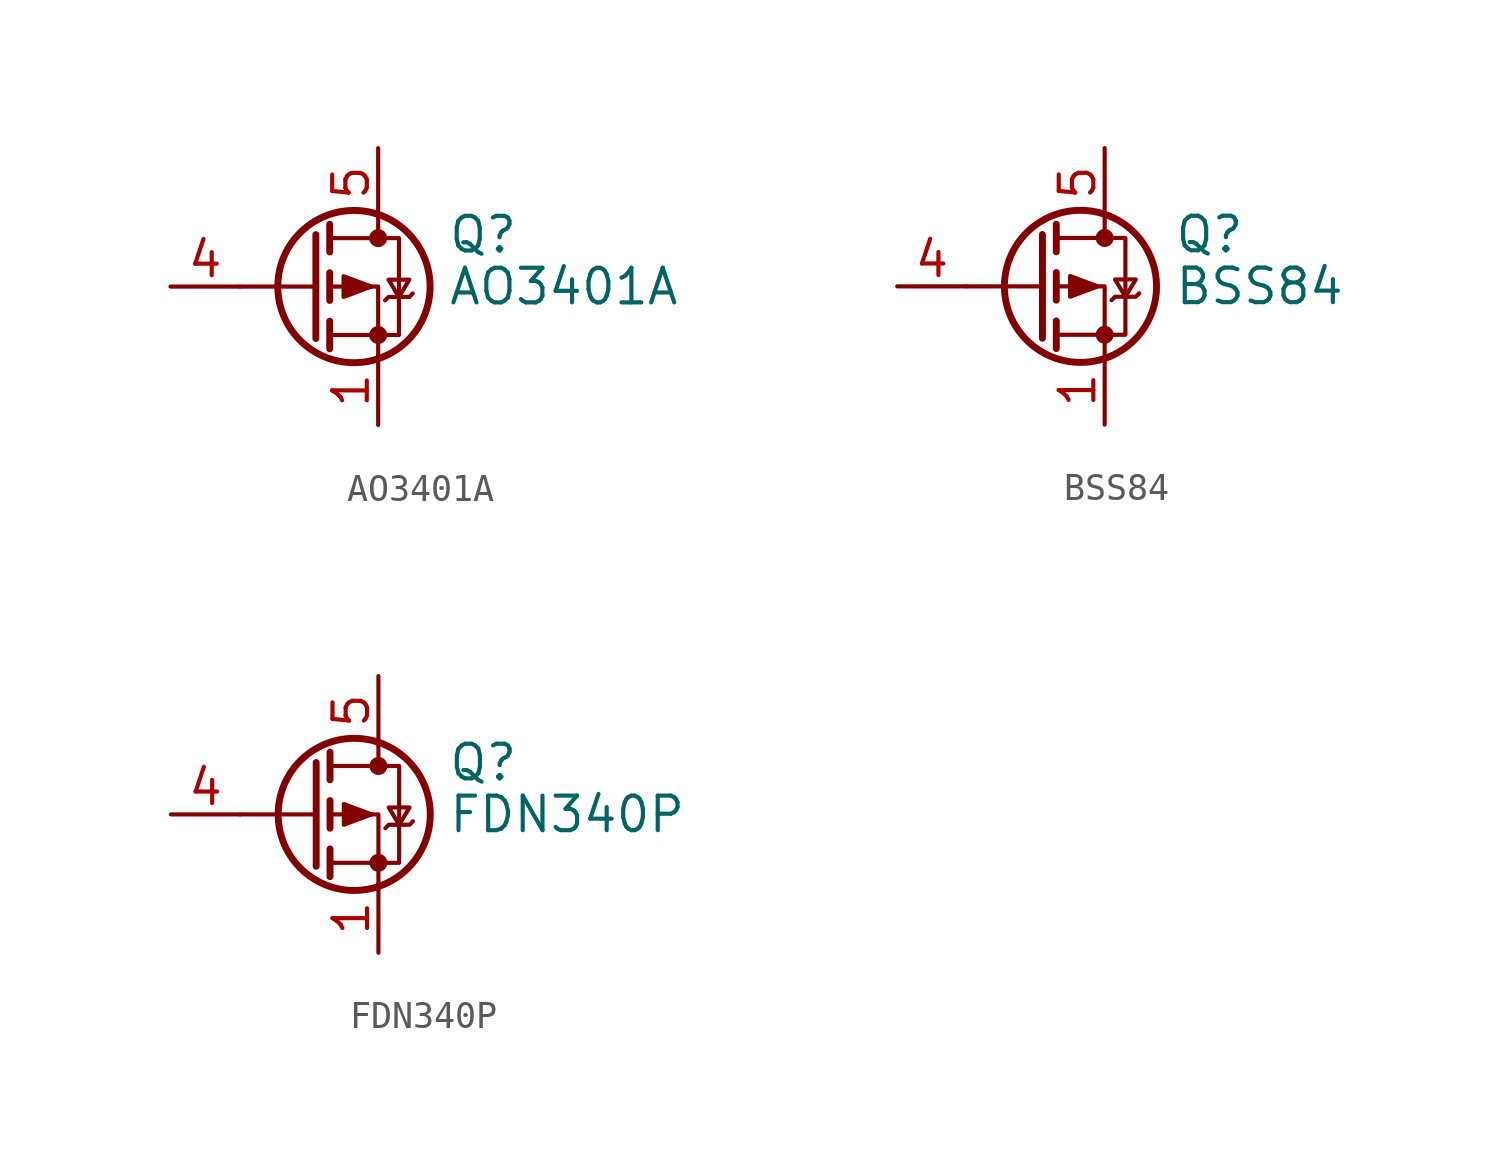
<source format=kicad_sym>
(kicad_symbol_lib
  (version 20211014)
  (generator kicad_symbol_editor)
  (symbol "AO3401A"
    (pin_names hide)
    (property "Reference" "Q"
      (at 5.08 1.905 0)
      (effects (font (size 1.27 1.27)) (justify left)))
    (property "Value" "AO3401A"
      (at 5.08 0 0)
      (effects (font (size 1.27 1.27)) (justify left)))
    (symbol "AO3401A_0_1"
      (polyline (pts (xy 0.254 0) (xy -2.54 0)) (stroke (width 0) (type default) (color 0 0 0 0)) (fill (type none)))
      (polyline (pts (xy 0.254 1.905) (xy 0.254 -1.905)) (stroke (width 0.254) (type default) (color 0 0 0 0)) (fill (type none)))
      (polyline (pts (xy 0.762 -1.27) (xy 0.762 -2.286)) (stroke (width 0.254) (type default) (color 0 0 0 0)) (fill (type none)))
      (polyline (pts (xy 0.762 0.508) (xy 0.762 -0.508)) (stroke (width 0.254) (type default) (color 0 0 0 0)) (fill (type none)))
      (polyline (pts (xy 0.762 2.286) (xy 0.762 1.27)) (stroke (width 0.254) (type default) (color 0 0 0 0)) (fill (type none)))
      (polyline (pts (xy 2.54 2.54) (xy 2.54 1.778)) (stroke (width 0) (type default) (color 0 0 0 0)) (fill (type none)))
      (polyline (pts (xy 2.54 -2.54) (xy 2.54 0) (xy 0.762 0)) (stroke (width 0) (type default) (color 0 0 0 0)) (fill (type none)))
      (polyline (pts (xy 0.762 1.778) (xy 3.302 1.778) (xy 3.302 -1.778) (xy 0.762 -1.778)) (stroke (width 0) (type default) (color 0 0 0 0)) (fill (type none)))
      (polyline (pts (xy 2.286 0) (xy 1.27 0.381) (xy 1.27 -0.381) (xy 2.286 0)) (stroke (width 0) (type default) (color 0 0 0 0)) (fill (type outline)))
      (polyline (pts (xy 2.794 -0.508) (xy 2.921 -0.381) (xy 3.683 -0.381) (xy 3.81 -0.254)) (stroke (width 0) (type default) (color 0 0 0 0)) (fill (type none)))
      (polyline (pts (xy 3.302 -0.381) (xy 2.921 0.254) (xy 3.683 0.254) (xy 3.302 -0.381)) (stroke (width 0) (type default) (color 0 0 0 0)) (fill (type none)))
      (circle (center 1.651 0) (radius 2.794) (stroke (width 0.254) (type default) (color 0 0 0 0)) (fill (type none)))
      (circle (center 2.54 -1.778) (radius 0.254) (stroke (width 0) (type default) (color 0 0 0 0)) (fill (type outline)))
      (circle (center 2.54 1.778) (radius 0.254) (stroke (width 0) (type default) (color 0 0 0 0)) (fill (type outline))))
    (symbol "AO3401A_1_1"
      (pin passive line (at 2.54 -5.08 90) (length 2.54) (name "S" (effects (font (size 1.27 1.27)))) (number "1" (effects (font (size 1.27 1.27)))))
      (pin passive line (at 2.54 -5.08 90) (length 2.54) hide (name "S" (effects (font (size 1.27 1.27)))) (number "2" (effects (font (size 1.27 1.27)))))
      (pin passive line (at 2.54 -5.08 90) (length 2.54) hide (name "S" (effects (font (size 1.27 1.27)))) (number "3" (effects (font (size 1.27 1.27)))))
      (pin input line (at -5.08 0 0) (length 2.54) (name "G" (effects (font (size 1.27 1.27)))) (number "4" (effects (font (size 1.27 1.27)))))
      (pin passive line (at 2.54 5.08 270) (length 2.54) (name "D" (effects (font (size 1.27 1.27)))) (number "5" (effects (font (size 1.27 1.27)))))
      (pin passive line (at 2.54 5.08 270) (length 2.54) hide (name "D" (effects (font (size 1.27 1.27)))) (number "6" (effects (font (size 1.27 1.27)))))
      (pin passive line (at 2.54 5.08 270) (length 2.54) hide (name "D" (effects (font (size 1.27 1.27)))) (number "7" (effects (font (size 1.27 1.27)))))
      (pin passive line (at 2.54 5.08 270) (length 2.54) hide (name "D" (effects (font (size 1.27 1.27)))) (number "8" (effects (font (size 1.27 1.27)))))))
  (symbol "BSS84"
    (pin_names hide)
    (property "Reference" "Q"
      (at 5.08 1.905 0)
      (effects (font (size 1.27 1.27)) (justify left)))
    (property "Value" "BSS84"
      (at 5.08 0 0)
      (effects (font (size 1.27 1.27)) (justify left)))
    (symbol "BSS84_0_1"
      (polyline (pts (xy 0.254 0) (xy -2.54 0)) (stroke (width 0) (type default) (color 0 0 0 0)) (fill (type none)))
      (polyline (pts (xy 0.254 1.905) (xy 0.254 -1.905)) (stroke (width 0.254) (type default) (color 0 0 0 0)) (fill (type none)))
      (polyline (pts (xy 0.762 -1.27) (xy 0.762 -2.286)) (stroke (width 0.254) (type default) (color 0 0 0 0)) (fill (type none)))
      (polyline (pts (xy 0.762 0.508) (xy 0.762 -0.508)) (stroke (width 0.254) (type default) (color 0 0 0 0)) (fill (type none)))
      (polyline (pts (xy 0.762 2.286) (xy 0.762 1.27)) (stroke (width 0.254) (type default) (color 0 0 0 0)) (fill (type none)))
      (polyline (pts (xy 2.54 2.54) (xy 2.54 1.778)) (stroke (width 0) (type default) (color 0 0 0 0)) (fill (type none)))
      (polyline (pts (xy 2.54 -2.54) (xy 2.54 0) (xy 0.762 0)) (stroke (width 0) (type default) (color 0 0 0 0)) (fill (type none)))
      (polyline (pts (xy 0.762 1.778) (xy 3.302 1.778) (xy 3.302 -1.778) (xy 0.762 -1.778)) (stroke (width 0) (type default) (color 0 0 0 0)) (fill (type none)))
      (polyline (pts (xy 2.286 0) (xy 1.27 0.381) (xy 1.27 -0.381) (xy 2.286 0)) (stroke (width 0) (type default) (color 0 0 0 0)) (fill (type outline)))
      (polyline (pts (xy 2.794 -0.508) (xy 2.921 -0.381) (xy 3.683 -0.381) (xy 3.81 -0.254)) (stroke (width 0) (type default) (color 0 0 0 0)) (fill (type none)))
      (polyline (pts (xy 3.302 -0.381) (xy 2.921 0.254) (xy 3.683 0.254) (xy 3.302 -0.381)) (stroke (width 0) (type default) (color 0 0 0 0)) (fill (type none)))
      (circle (center 1.651 0) (radius 2.794) (stroke (width 0.254) (type default) (color 0 0 0 0)) (fill (type none)))
      (circle (center 2.54 -1.778) (radius 0.254) (stroke (width 0) (type default) (color 0 0 0 0)) (fill (type outline)))
      (circle (center 2.54 1.778) (radius 0.254) (stroke (width 0) (type default) (color 0 0 0 0)) (fill (type outline))))
    (symbol "BSS84_1_1"
      (pin passive line (at 2.54 -5.08 90) (length 2.54) (name "S" (effects (font (size 1.27 1.27)))) (number "1" (effects (font (size 1.27 1.27)))))
      (pin passive line (at 2.54 -5.08 90) (length 2.54) hide (name "S" (effects (font (size 1.27 1.27)))) (number "2" (effects (font (size 1.27 1.27)))))
      (pin passive line (at 2.54 -5.08 90) (length 2.54) hide (name "S" (effects (font (size 1.27 1.27)))) (number "3" (effects (font (size 1.27 1.27)))))
      (pin input line (at -5.08 0 0) (length 2.54) (name "G" (effects (font (size 1.27 1.27)))) (number "4" (effects (font (size 1.27 1.27)))))
      (pin passive line (at 2.54 5.08 270) (length 2.54) (name "D" (effects (font (size 1.27 1.27)))) (number "5" (effects (font (size 1.27 1.27)))))
      (pin passive line (at 2.54 5.08 270) (length 2.54) hide (name "D" (effects (font (size 1.27 1.27)))) (number "6" (effects (font (size 1.27 1.27)))))
      (pin passive line (at 2.54 5.08 270) (length 2.54) hide (name "D" (effects (font (size 1.27 1.27)))) (number "7" (effects (font (size 1.27 1.27)))))
      (pin passive line (at 2.54 5.08 270) (length 2.54) hide (name "D" (effects (font (size 1.27 1.27)))) (number "8" (effects (font (size 1.27 1.27)))))))
  (symbol "FDN340P"
    (pin_names hide)
    (property "Reference" "Q"
      (at 5.08 1.905 0)
      (effects (font (size 1.27 1.27)) (justify left)))
    (property "Value" "FDN340P"
      (at 5.08 0 0)
      (effects (font (size 1.27 1.27)) (justify left)))
    (symbol "FDN340P_0_1"
      (polyline (pts (xy 0.254 0) (xy -2.54 0)) (stroke (width 0) (type default) (color 0 0 0 0)) (fill (type none)))
      (polyline (pts (xy 0.254 1.905) (xy 0.254 -1.905)) (stroke (width 0.254) (type default) (color 0 0 0 0)) (fill (type none)))
      (polyline (pts (xy 0.762 -1.27) (xy 0.762 -2.286)) (stroke (width 0.254) (type default) (color 0 0 0 0)) (fill (type none)))
      (polyline (pts (xy 0.762 0.508) (xy 0.762 -0.508)) (stroke (width 0.254) (type default) (color 0 0 0 0)) (fill (type none)))
      (polyline (pts (xy 0.762 2.286) (xy 0.762 1.27)) (stroke (width 0.254) (type default) (color 0 0 0 0)) (fill (type none)))
      (polyline (pts (xy 2.54 2.54) (xy 2.54 1.778)) (stroke (width 0) (type default) (color 0 0 0 0)) (fill (type none)))
      (polyline (pts (xy 2.54 -2.54) (xy 2.54 0) (xy 0.762 0)) (stroke (width 0) (type default) (color 0 0 0 0)) (fill (type none)))
      (polyline (pts (xy 0.762 1.778) (xy 3.302 1.778) (xy 3.302 -1.778) (xy 0.762 -1.778)) (stroke (width 0) (type default) (color 0 0 0 0)) (fill (type none)))
      (polyline (pts (xy 2.286 0) (xy 1.27 0.381) (xy 1.27 -0.381) (xy 2.286 0)) (stroke (width 0) (type default) (color 0 0 0 0)) (fill (type outline)))
      (polyline (pts (xy 2.794 -0.508) (xy 2.921 -0.381) (xy 3.683 -0.381) (xy 3.81 -0.254)) (stroke (width 0) (type default) (color 0 0 0 0)) (fill (type none)))
      (polyline (pts (xy 3.302 -0.381) (xy 2.921 0.254) (xy 3.683 0.254) (xy 3.302 -0.381)) (stroke (width 0) (type default) (color 0 0 0 0)) (fill (type none)))
      (circle (center 1.651 0) (radius 2.794) (stroke (width 0.254) (type default) (color 0 0 0 0)) (fill (type none)))
      (circle (center 2.54 -1.778) (radius 0.254) (stroke (width 0) (type default) (color 0 0 0 0)) (fill (type outline)))
      (circle (center 2.54 1.778) (radius 0.254) (stroke (width 0) (type default) (color 0 0 0 0)) (fill (type outline))))
    (symbol "FDN340P_1_1"
      (pin passive line (at 2.54 -5.08 90) (length 2.54) (name "S" (effects (font (size 1.27 1.27)))) (number "1" (effects (font (size 1.27 1.27)))))
      (pin passive line (at 2.54 -5.08 90) (length 2.54) hide (name "S" (effects (font (size 1.27 1.27)))) (number "2" (effects (font (size 1.27 1.27)))))
      (pin passive line (at 2.54 -5.08 90) (length 2.54) hide (name "S" (effects (font (size 1.27 1.27)))) (number "3" (effects (font (size 1.27 1.27)))))
      (pin input line (at -5.08 0 0) (length 2.54) (name "G" (effects (font (size 1.27 1.27)))) (number "4" (effects (font (size 1.27 1.27)))))
      (pin passive line (at 2.54 5.08 270) (length 2.54) (name "D" (effects (font (size 1.27 1.27)))) (number "5" (effects (font (size 1.27 1.27)))))
      (pin passive line (at 2.54 5.08 270) (length 2.54) hide (name "D" (effects (font (size 1.27 1.27)))) (number "6" (effects (font (size 1.27 1.27)))))
      (pin passive line (at 2.54 5.08 270) (length 2.54) hide (name "D" (effects (font (size 1.27 1.27)))) (number "7" (effects (font (size 1.27 1.27)))))
      (pin passive line (at 2.54 5.08 270) (length 2.54) hide (name "D" (effects (font (size 1.27 1.27)))) (number "8" (effects (font (size 1.27 1.27))))))))
</source>
